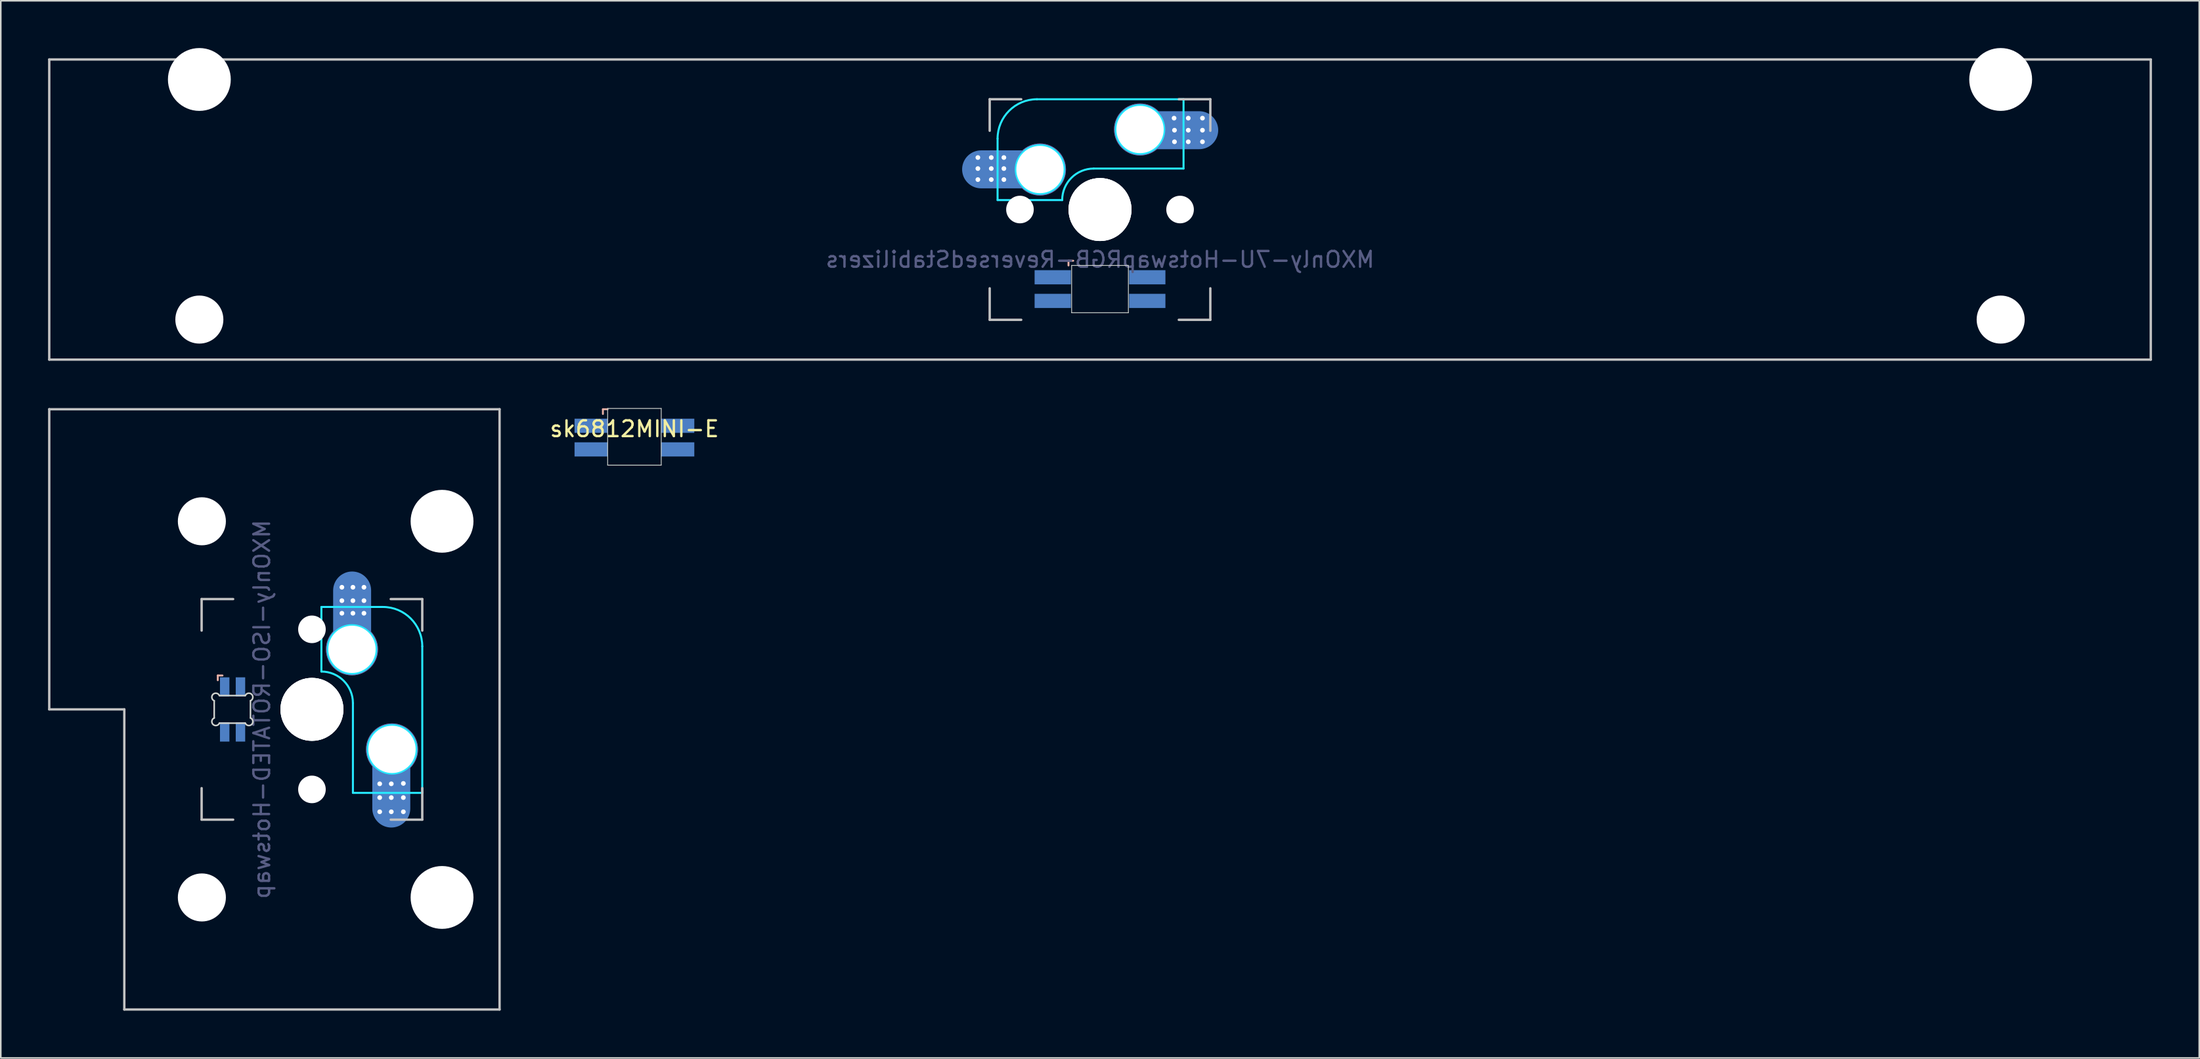
<source format=kicad_pcb>
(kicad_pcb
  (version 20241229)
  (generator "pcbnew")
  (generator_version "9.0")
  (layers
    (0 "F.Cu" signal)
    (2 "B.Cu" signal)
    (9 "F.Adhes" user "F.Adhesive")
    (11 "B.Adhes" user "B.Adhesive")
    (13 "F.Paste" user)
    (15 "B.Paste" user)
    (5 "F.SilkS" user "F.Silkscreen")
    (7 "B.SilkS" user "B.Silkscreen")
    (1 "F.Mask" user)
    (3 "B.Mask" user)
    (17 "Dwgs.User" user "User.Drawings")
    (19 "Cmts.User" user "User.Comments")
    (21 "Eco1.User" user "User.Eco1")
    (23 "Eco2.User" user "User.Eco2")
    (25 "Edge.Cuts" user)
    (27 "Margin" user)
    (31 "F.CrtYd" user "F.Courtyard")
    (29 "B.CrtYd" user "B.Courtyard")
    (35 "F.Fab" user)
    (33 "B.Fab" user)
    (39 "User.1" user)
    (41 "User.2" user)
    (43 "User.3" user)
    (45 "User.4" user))
  (footprint "MXOnly-7U-HotswapRGB-ReversedStabilizers"
    (layer "F.Cu")
    (at 66.75 10.249)
    (property "Reference" "MXOnly-7U-HotswapRGB-ReversedStabilizers" (at 0 3.175 0) (layer "B.Fab") (effects (font (size 1 1) (thickness 0.15)) (justify mirror)))
    (attr smd)
    (fp_line (start -2 3.25) (end -2 3.55) (stroke (width 0.12) (type solid)) (layer "B.SilkS"))
    (fp_line (start -1.7 3.25) (end -2 3.25) (stroke (width 0.12) (type solid)) (layer "B.SilkS"))
    (fp_line (start -66.675 -9.525) (end 66.675 -9.525) (stroke (width 0.15) (type solid)) (layer "Dwgs.User"))
    (fp_line (start -66.675 9.525) (end -66.675 -9.525) (stroke (width 0.15) (type solid)) (layer "Dwgs.User"))
    (fp_line (start -7 -7) (end -7 -5) (stroke (width 0.15) (type solid)) (layer "Dwgs.User"))
    (fp_line (start -7 5) (end -7 7) (stroke (width 0.15) (type solid)) (layer "Dwgs.User"))
    (fp_line (start -7 7) (end -5 7) (stroke (width 0.15) (type solid)) (layer "Dwgs.User"))
    (fp_line (start -5 -7) (end -7 -7) (stroke (width 0.15) (type solid)) (layer "Dwgs.User"))
    (fp_line (start 5 -7) (end 7 -7) (stroke (width 0.15) (type solid)) (layer "Dwgs.User"))
    (fp_line (start 5 7) (end 7 7) (stroke (width 0.15) (type solid)) (layer "Dwgs.User"))
    (fp_line (start 7 -5) (end 7 -7) (stroke (width 0.15) (type solid)) (layer "Dwgs.User"))
    (fp_line (start 7 7) (end 7 5) (stroke (width 0.15) (type solid)) (layer "Dwgs.User"))
    (fp_line (start 66.675 -9.525) (end 66.675 9.525) (stroke (width 0.15) (type solid)) (layer "Dwgs.User"))
    (fp_line (start 66.675 9.525) (end -66.675 9.525) (stroke (width 0.15) (type solid)) (layer "Dwgs.User"))
    (fp_line (start -1.8 3.55) (end -1.8 6.55) (stroke (width 0.05) (type default)) (layer "Edge.Cuts"))
    (fp_line (start -1.8 3.55) (end 1.8 3.55) (stroke (width 0.05) (type solid)) (layer "Edge.Cuts"))
    (fp_line (start 1.8 3.55) (end 1.8 6.55) (stroke (width 0.05) (type default)) (layer "Edge.Cuts"))
    (fp_line (start 1.8 6.55) (end -1.8 6.55) (stroke (width 0.05) (type solid)) (layer "Edge.Cuts"))
    (fp_line (start -6.5 -4.5) (end -6.5 -0.6) (stroke (width 0.127) (type solid)) (layer "B.CrtYd"))
    (fp_line (start -6.5 -0.6) (end -2.4 -0.6) (stroke (width 0.127) (type solid)) (layer "B.CrtYd"))
    (fp_line (start -0.4 -2.6) (end 5.3 -2.6) (stroke (width 0.127) (type solid)) (layer "B.CrtYd"))
    (fp_line (start 5.3 -7) (end -4 -7) (stroke (width 0.127) (type solid)) (layer "B.CrtYd"))
    (fp_line (start 5.3 -7) (end 5.3 -2.6) (stroke (width 0.127) (type solid)) (layer "B.CrtYd"))
    (fp_arc (start -6.5 -4.5) (mid -5.767767 -6.267767) (end -4 -7) (stroke (width 0.127) (type solid)) (layer "B.CrtYd"))
    (fp_arc (start -2.4 -0.6) (mid -1.814214 -2.014214) (end -0.4 -2.6) (stroke (width 0.127) (type solid)) (layer "B.CrtYd"))
    (fp_circle (center -3.81 -2.54) (end -2.286 -2.54) (stroke (width 0.15) (type solid)) (fill no) (layer "B.CrtYd"))
    (fp_circle (center 2.54 -5.08) (end 2.54 -6.604) (stroke (width 0.15) (type solid)) (fill no) (layer "B.CrtYd"))
    (pad "" np_thru_hole circle (at -57.15 -8.255) (size 3.988 3.988) (drill 3.988) (layers "*.Cu" "*.Mask"))
    (pad "" np_thru_hole circle (at -57.15 6.985) (size 3.048 3.048) (drill 3.048) (layers "*.Cu" "*.Mask"))
    (pad "" np_thru_hole circle (at -5.08 0 48.1) (size 1.75 1.75) (drill 1.75) (layers "*.Cu" "*.Mask"))
    (pad "" np_thru_hole circle (at 0 0) (size 3.988 3.988) (drill 3.988) (layers "*.Cu" "*.Mask"))
    (pad "" np_thru_hole circle (at 0 0) (size 3.988 3.988) (drill 3.988) (layers "*.Cu" "*.Mask"))
    (pad "" np_thru_hole circle (at 0 0) (size 4 4) (drill 4) (layers "*.Cu" "*.Mask"))
    (pad "" np_thru_hole circle (at 5.08 0 48.1) (size 1.75 1.75) (drill 1.75) (layers "*.Cu" "*.Mask"))
    (pad "" np_thru_hole circle (at 57.15 -8.255) (size 3.988 3.988) (drill 3.988) (layers "*.Cu" "*.Mask"))
    (pad "" np_thru_hole circle (at 57.15 6.985) (size 3.048 3.048) (drill 3.048) (layers "*.Cu" "*.Mask"))
    (pad "1" thru_hole circle (at 2.54 -5.08) (size 3.3 3.3) (drill 3) (layers "*.Cu" "B.Mask"))
    (pad "1" thru_hole circle (at 4.7 -5.8) (size 0.4 0.4) (drill 0.3) (layers "*.Cu" "B.Mask"))
    (pad "1" thru_hole circle (at 4.725 -5.035) (size 0.4 0.4) (drill 0.3) (layers "*.Cu" "B.Mask"))
    (pad "1" thru_hole circle (at 4.725 -4.3) (size 0.4 0.4) (drill 0.3) (layers "*.Cu" "B.Mask"))
    (pad "1" smd oval (at 4.75 -5.035) (size 5.5 2.41) (layers "B.Cu" "B.Mask" "B.Paste"))
    (pad "1" thru_hole circle (at 5.6 -5.8) (size 0.4 0.4) (drill 0.3) (layers "*.Cu" "B.Mask"))
    (pad "1" thru_hole circle (at 5.6 -5.035) (size 0.4 0.4) (drill 0.3) (layers "*.Cu" "B.Mask"))
    (pad "1" thru_hole circle (at 5.6 -4.3) (size 0.4 0.4) (drill 0.3) (layers "*.Cu" "B.Mask"))
    (pad "1" thru_hole circle (at 6.5 -5.8) (size 0.4 0.4) (drill 0.3) (layers "*.Cu" "B.Mask"))
    (pad "1" thru_hole circle (at 6.5 -5.035) (size 0.4 0.4) (drill 0.3) (layers "*.Cu" "B.Mask"))
    (pad "1" thru_hole circle (at 6.5 -4.3) (size 0.4 0.4) (drill 0.3) (layers "*.Cu" "B.Mask"))
    (pad "2" thru_hole circle (at -7.75 -3.3) (size 0.4 0.4) (drill 0.3) (layers "*.Cu" "B.Mask"))
    (pad "2" thru_hole circle (at -7.75 -2.6) (size 0.4 0.4) (drill 0.3) (layers "*.Cu" "B.Mask"))
    (pad "2" thru_hole circle (at -7.75 -1.9) (size 0.4 0.4) (drill 0.3) (layers "*.Cu" "B.Mask"))
    (pad "2" thru_hole circle (at -6.9 -3.3) (size 0.4 0.4) (drill 0.3) (layers "*.Cu" "B.Mask"))
    (pad "2" thru_hole circle (at -6.9 -2.6) (size 0.4 0.4) (drill 0.3) (layers "*.Cu" "B.Mask"))
    (pad "2" thru_hole circle (at -6.9 -1.9) (size 0.4 0.4) (drill 0.3) (layers "*.Cu" "B.Mask"))
    (pad "2" thru_hole circle (at -6.1 -3.3) (size 0.4 0.4) (drill 0.3) (layers "*.Cu" "B.Mask"))
    (pad "2" thru_hole circle (at -6.1 -2.6) (size 0.4 0.4) (drill 0.3) (layers "*.Cu" "B.Mask"))
    (pad "2" thru_hole circle (at -6.1 -1.9) (size 0.4 0.4) (drill 0.3) (layers "*.Cu" "B.Mask"))
    (pad "2" smd oval (at -6 -2.55) (size 5.5 2.41) (layers "B.Cu" "B.Mask" "B.Paste"))
    (pad "2" thru_hole circle (at -3.81 -2.54) (size 3.3 3.3) (drill 3) (layers "*.Cu" "B.Mask"))
    (pad "3" smd rect (at -3 4.3) (size 2.3 0.9) (layers "B.Cu" "B.Mask" "B.Paste"))
    (pad "4" smd rect (at -3 5.8) (size 2.3 0.9) (layers "B.Cu" "B.Mask" "B.Paste"))
    (pad "5" smd rect (at 3 4.3) (size 2.3 0.9) (layers "B.Cu" "B.Mask" "B.Paste"))
    (pad "6" smd rect (at 3 5.8) (size 2.3 0.9) (layers "B.Cu" "B.Mask" "B.Paste")))
  (footprint "sk6812MINI-E"
    (layer "F.Cu")
    (at 37.207 24.674)
    (property "Reference" "sk6812MINI-E" (at 0 -0.5 0) (unlocked yes) (layer "F.SilkS") (effects (font (size 1 1) (thickness 0.15))))
    (attr smd)
    (fp_line (start -2 -1.75) (end -2 -1.45) (stroke (width 0.12) (type solid)) (layer "B.SilkS"))
    (fp_line (start -1.7 -1.75) (end -2 -1.75) (stroke (width 0.12) (type solid)) (layer "B.SilkS"))
    (fp_line (start -1.7 -1.8) (end 1.7 -1.8) (stroke (width 0.05) (type solid)) (layer "Edge.Cuts"))
    (fp_line (start -1.7 1.8) (end -1.7 -1.8) (stroke (width 0.05) (type solid)) (layer "Edge.Cuts"))
    (fp_line (start 1.7 -1.8) (end 1.7 1.8) (stroke (width 0.05) (type solid)) (layer "Edge.Cuts"))
    (fp_line (start 1.7 1.8) (end -1.7 1.8) (stroke (width 0.05) (type solid)) (layer "Edge.Cuts"))
    (pad "1" smd rect (at 2.75 0.8) (size 2.1 0.9) (layers "B.Cu" "B.Mask" "B.Paste"))
    (pad "2" smd rect (at 2.75 -0.7) (size 2.1 0.9) (layers "B.Cu" "B.Mask" "B.Paste"))
    (pad "3" smd rect (at -2.75 -0.7) (size 2.1 0.9) (layers "B.Cu" "B.Mask" "B.Paste"))
    (pad "4" smd rect (at -2.75 0.8) (size 2.1 0.9) (layers "B.Cu" "B.Mask" "B.Paste")))
  (footprint "MXOnly-ISO-ROTATED-Hotswap"
    (layer "F.Cu")
    (at 16.744 41.974)
    (property "Reference" "MXOnly-ISO-ROTATED-Hotswap" (at -3.175 0 270) (layer "B.Fab") (effects (font (size 1 1) (thickness 0.15)) (justify mirror)))
    (attr through_hole)
    (fp_line (start -5.975 -2.15) (end -5.975 -1.85) (stroke (width 0.12) (type solid)) (layer "B.SilkS"))
    (fp_line (start -5.675 -2.15) (end -5.975 -2.15) (stroke (width 0.12) (type solid)) (layer "B.SilkS"))
    (fp_line (start -16.669 -19.05) (end -16.669 0) (stroke (width 0.15) (type solid)) (layer "Dwgs.User"))
    (fp_line (start -16.669 -19.05) (end 11.906 -19.05) (stroke (width 0.15) (type solid)) (layer "Dwgs.User"))
    (fp_line (start -11.906 0) (end -16.669 0) (stroke (width 0.15) (type solid)) (layer "Dwgs.User"))
    (fp_line (start -11.906 19.05) (end -11.906 0) (stroke (width 0.15) (type solid)) (layer "Dwgs.User"))
    (fp_line (start -11.906 19.05) (end 11.906 19.05) (stroke (width 0.15) (type solid)) (layer "Dwgs.User"))
    (fp_line (start -7 -7) (end -7 -5) (stroke (width 0.15) (type solid)) (layer "Dwgs.User"))
    (fp_line (start -7 5) (end -7 7) (stroke (width 0.15) (type solid)) (layer "Dwgs.User"))
    (fp_line (start -7 7) (end -5 7) (stroke (width 0.15) (type solid)) (layer "Dwgs.User"))
    (fp_line (start -5 -7) (end -7 -7) (stroke (width 0.15) (type solid)) (layer "Dwgs.User"))
    (fp_line (start 5 7) (end 7 7) (stroke (width 0.15) (type solid)) (layer "Dwgs.User"))
    (fp_line (start 7 -7) (end 5 -7) (stroke (width 0.15) (type solid)) (layer "Dwgs.User"))
    (fp_line (start 7 -5) (end 7 -7) (stroke (width 0.15) (type solid)) (layer "Dwgs.User"))
    (fp_line (start 7 5) (end 7 7) (stroke (width 0.15) (type solid)) (layer "Dwgs.User"))
    (fp_line (start 11.906 -19.05) (end 11.906 19.05) (stroke (width 0.15) (type solid)) (layer "Dwgs.User"))
    (fp_line (start -6.202 0.547) (end -6.202 -0.547) (stroke (width 0.1) (type solid)) (layer "Edge.Cuts"))
    (fp_line (start -5.873 -0.876) (end -4.229 -0.876) (stroke (width 0.1) (type solid)) (layer "Edge.Cuts"))
    (fp_line (start -4.229 0.876) (end -5.873 0.876) (stroke (width 0.1) (type solid)) (layer "Edge.Cuts"))
    (fp_line (start -3.9 -0.547) (end -3.9 0.547) (stroke (width 0.1) (type solid)) (layer "Edge.Cuts"))
    (fp_arc (start -6.202013 -0.546878) (mid -6.278754 -0.952748) (end -5.872884 -0.876007) (stroke (width 0.1) (type solid)) (layer "Edge.Cuts"))
    (fp_arc (start -5.872884 0.876006) (mid -6.278765 0.952758) (end -6.202013 0.546877) (stroke (width 0.1) (type solid)) (layer "Edge.Cuts"))
    (fp_arc (start -4.229129 -0.876007) (mid -3.823216 -0.952791) (end -3.9 -0.546878) (stroke (width 0.1) (type solid)) (layer "Edge.Cuts"))
    (fp_arc (start -3.9 0.546877) (mid -3.823208 0.952804) (end -4.229129 0.876006) (stroke (width 0.1) (type solid)) (layer "Edge.Cuts"))
    (fp_line (start 0.6 -6.5) (end 0.6 -2.4) (stroke (width 0.127) (type solid)) (layer "B.CrtYd"))
    (fp_line (start 2.6 -0.4) (end 2.6 5.3) (stroke (width 0.127) (type solid)) (layer "B.CrtYd"))
    (fp_line (start 4.5 -6.5) (end 0.6 -6.5) (stroke (width 0.127) (type solid)) (layer "B.CrtYd"))
    (fp_line (start 7 5.3) (end 2.6 5.3) (stroke (width 0.127) (type solid)) (layer "B.CrtYd"))
    (fp_line (start 7 5.3) (end 7 -4) (stroke (width 0.127) (type solid)) (layer "B.CrtYd"))
    (fp_arc (start 0.6 -2.4) (mid 2.014214 -1.814214) (end 2.6 -0.4) (stroke (width 0.127) (type solid)) (layer "B.CrtYd"))
    (fp_arc (start 4.5 -6.5) (mid 6.267767 -5.767767) (end 7 -4) (stroke (width 0.127) (type solid)) (layer "B.CrtYd"))
    (fp_circle (center 2.54 -3.81) (end 2.54 -2.286) (stroke (width 0.15) (type solid)) (fill no) (layer "B.CrtYd"))
    (fp_circle (center 5.08 2.54) (end 6.604 2.54) (stroke (width 0.15) (type solid)) (fill no) (layer "B.CrtYd"))
    (pad "" np_thru_hole circle (at -6.985 -11.938) (size 3.048 3.048) (drill 3.048) (layers "*.Cu" "*.Mask"))
    (pad "" np_thru_hole circle (at -6.985 11.938) (size 3.048 3.048) (drill 3.048) (layers "*.Cu" "*.Mask"))
    (pad "" np_thru_hole circle (at 0 -5.08 318.1) (size 1.75 1.75) (drill 1.75) (layers "*.Cu" "*.Mask"))
    (pad "" np_thru_hole circle (at 0 0 270) (size 3.988 3.988) (drill 3.988) (layers "*.Cu" "*.Mask"))
    (pad "" np_thru_hole circle (at 0 0 270) (size 3.988 3.988) (drill 3.988) (layers "*.Cu" "*.Mask"))
    (pad "" np_thru_hole circle (at 0 0 270) (size 4 4) (drill 4) (layers "*.Cu" "*.Mask"))
    (pad "" np_thru_hole circle (at 0 5.08 318.1) (size 1.75 1.75) (drill 1.75) (layers "*.Cu" "*.Mask"))
    (pad "" np_thru_hole circle (at 8.255 -11.938) (size 3.988 3.988) (drill 3.988) (layers "*.Cu" "*.Mask"))
    (pad "" np_thru_hole circle (at 8.255 11.938) (size 3.988 3.988) (drill 3.988) (layers "*.Cu" "*.Mask"))
    (pad "1" thru_hole circle (at 4.3 4.725 270) (size 0.4 0.4) (drill 0.3) (layers "*.Cu" "B.Mask"))
    (pad "1" thru_hole circle (at 4.3 5.6 270) (size 0.4 0.4) (drill 0.3) (layers "*.Cu" "B.Mask"))
    (pad "1" thru_hole circle (at 4.3 6.5 270) (size 0.4 0.4) (drill 0.3) (layers "*.Cu" "B.Mask"))
    (pad "1" thru_hole circle (at 5.035 4.725 270) (size 0.4 0.4) (drill 0.3) (layers "*.Cu" "B.Mask"))
    (pad "1" smd oval (at 5.035 4.75 270) (size 5.5 2.41) (layers "B.Cu" "B.Mask" "B.Paste"))
    (pad "1" thru_hole circle (at 5.035 5.6 270) (size 0.4 0.4) (drill 0.3) (layers "*.Cu" "B.Mask"))
    (pad "1" thru_hole circle (at 5.035 6.5 270) (size 0.4 0.4) (drill 0.3) (layers "*.Cu" "B.Mask"))
    (pad "1" thru_hole circle (at 5.08 2.54 270) (size 3.3 3.3) (drill 3) (layers "*.Cu" "B.Mask"))
    (pad "1" thru_hole circle (at 5.8 4.7 270) (size 0.4 0.4) (drill 0.3) (layers "*.Cu" "B.Mask"))
    (pad "1" thru_hole circle (at 5.8 5.6 270) (size 0.4 0.4) (drill 0.3) (layers "*.Cu" "B.Mask"))
    (pad "1" thru_hole circle (at 5.8 6.5 270) (size 0.4 0.4) (drill 0.3) (layers "*.Cu" "B.Mask"))
    (pad "2" thru_hole circle (at 1.9 -7.75 270) (size 0.4 0.4) (drill 0.3) (layers "*.Cu" "B.Mask"))
    (pad "2" thru_hole circle (at 1.9 -6.9 270) (size 0.4 0.4) (drill 0.3) (layers "*.Cu" "B.Mask"))
    (pad "2" thru_hole circle (at 1.9 -6.1 270) (size 0.4 0.4) (drill 0.3) (layers "*.Cu" "B.Mask"))
    (pad "2" thru_hole circle (at 2.54 -3.81 270) (size 3.3 3.3) (drill 3) (layers "*.Cu" "B.Mask"))
    (pad "2" smd oval (at 2.55 -6 270) (size 5.5 2.41) (layers "B.Cu" "B.Mask" "B.Paste"))
    (pad "2" thru_hole circle (at 2.6 -7.75 270) (size 0.4 0.4) (drill 0.3) (layers "*.Cu" "B.Mask"))
    (pad "2" thru_hole circle (at 2.6 -6.9 270) (size 0.4 0.4) (drill 0.3) (layers "*.Cu" "B.Mask"))
    (pad "2" thru_hole circle (at 2.6 -6.1 270) (size 0.4 0.4) (drill 0.3) (layers "*.Cu" "B.Mask"))
    (pad "2" thru_hole circle (at 3.3 -7.75 270) (size 0.4 0.4) (drill 0.3) (layers "*.Cu" "B.Mask"))
    (pad "2" thru_hole circle (at 3.3 -6.9 270) (size 0.4 0.4) (drill 0.3) (layers "*.Cu" "B.Mask"))
    (pad "2" thru_hole circle (at 3.3 -6.1 270) (size 0.4 0.4) (drill 0.3) (layers "*.Cu" "B.Mask"))
    (pad "3" smd rect (at -5.536 -1.429 270) (size 1.209 0.6) (layers "B.Cu" "B.Mask" "B.Paste"))
    (pad "4" smd rect (at -4.536 -1.429 270) (size 1.209 0.6) (layers "B.Cu" "B.Mask" "B.Paste"))
    (pad "5" smd rect (at -5.536 1.435 270) (size 1.219 0.6) (layers "B.Cu" "B.Mask" "B.Paste"))
    (pad "6" smd rect (at -4.536 1.435 270) (size 1.219 0.6) (layers "B.Cu" "B.Mask" "B.Paste")))
  (gr_rect
    (start -3 -3)
    (end 136.5 64.099)
    (stroke (width 0.1) (type default))
    (fill no)
    (layer "Edge.Cuts")))
</source>
